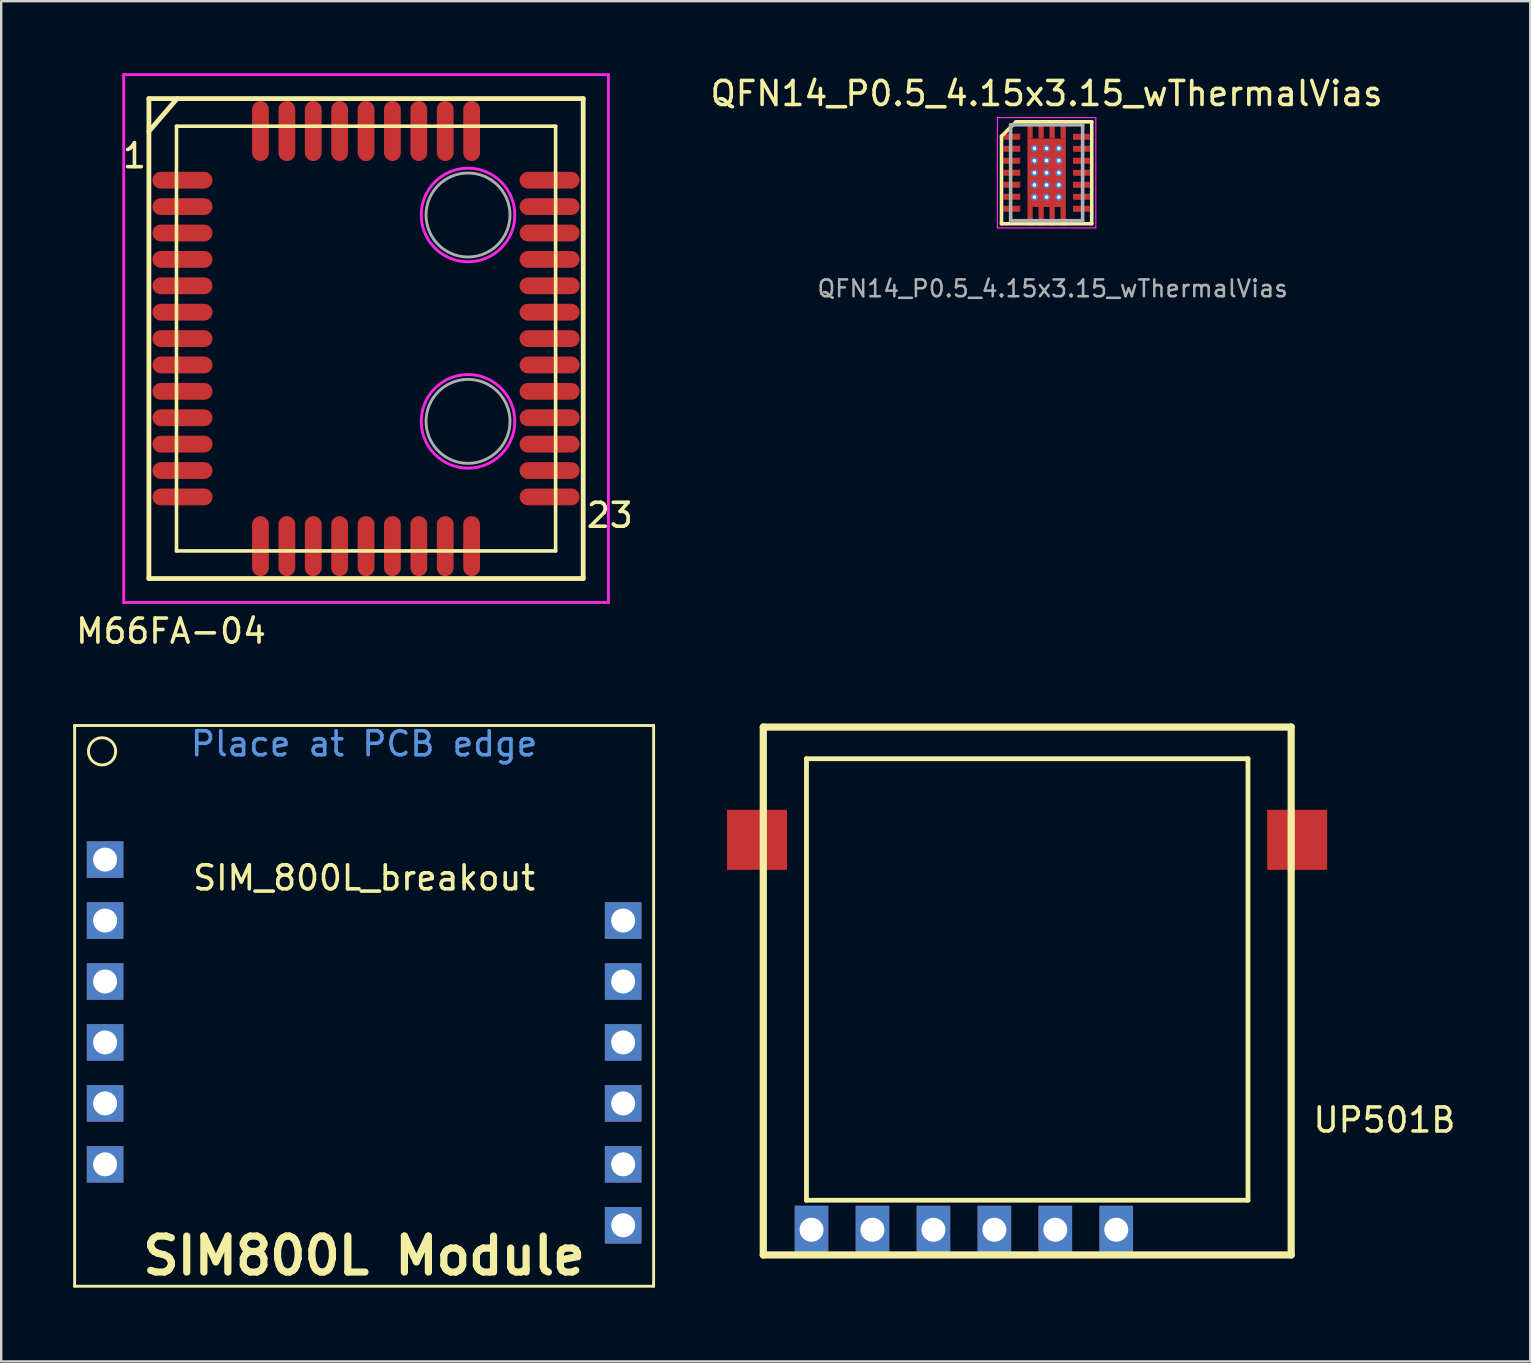
<source format=kicad_pcb>
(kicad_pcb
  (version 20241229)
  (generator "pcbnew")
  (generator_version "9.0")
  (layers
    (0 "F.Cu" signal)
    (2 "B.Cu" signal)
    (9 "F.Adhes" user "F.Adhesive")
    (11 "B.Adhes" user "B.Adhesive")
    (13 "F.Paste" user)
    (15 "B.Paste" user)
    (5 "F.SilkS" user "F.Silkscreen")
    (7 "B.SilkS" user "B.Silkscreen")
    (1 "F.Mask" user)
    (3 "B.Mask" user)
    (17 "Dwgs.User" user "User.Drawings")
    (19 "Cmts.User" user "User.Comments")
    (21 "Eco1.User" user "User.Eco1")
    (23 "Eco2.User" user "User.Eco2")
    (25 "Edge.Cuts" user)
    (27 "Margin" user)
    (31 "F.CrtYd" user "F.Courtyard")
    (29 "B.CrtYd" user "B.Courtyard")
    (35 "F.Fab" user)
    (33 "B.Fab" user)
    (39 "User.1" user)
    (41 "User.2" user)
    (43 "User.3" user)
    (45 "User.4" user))
  (footprint "M66FA-04"
    (layer "F.Cu")
    (at 12.205 11.06)
    (property "Reference" "M66FA-04" (at -8.128 12.192 0) (layer "F.SilkS") (effects (font (size 1 1) (thickness 0.15))))
    (attr through_hole)
    (fp_line (start -9.05 -10) (end 9.05 -10) (stroke (width 0.2) (type solid)) (layer "F.SilkS"))
    (fp_line (start -9.05 -8.636) (end -7.874 -10) (stroke (width 0.2) (type solid)) (layer "F.SilkS"))
    (fp_line (start -9.05 10) (end -9.05 -10) (stroke (width 0.2) (type solid)) (layer "F.SilkS"))
    (fp_line (start -9.05 10) (end 9.05 10) (stroke (width 0.2) (type solid)) (layer "F.SilkS"))
    (fp_line (start -7.9 -8.85) (end 7.9 -8.85) (stroke (width 0.15) (type solid)) (layer "F.SilkS"))
    (fp_line (start -7.9 8.85) (end -7.9 -8.85) (stroke (width 0.15) (type solid)) (layer "F.SilkS"))
    (fp_line (start 7.9 -8.85) (end 7.9 8.85) (stroke (width 0.15) (type solid)) (layer "F.SilkS"))
    (fp_line (start 7.9 8.85) (end -7.9 8.85) (stroke (width 0.15) (type solid)) (layer "F.SilkS"))
    (fp_line (start 9.05 -10) (end 9.05 10) (stroke (width 0.2) (type solid)) (layer "F.SilkS"))
    (fp_line (start -10.1 -11) (end 10.1 -11) (stroke (width 0.12) (type solid)) (layer "F.CrtYd"))
    (fp_line (start -10.1 11) (end -10.1 -11) (stroke (width 0.12) (type solid)) (layer "F.CrtYd"))
    (fp_line (start 10.1 -11) (end 10.1 11) (stroke (width 0.12) (type solid)) (layer "F.CrtYd"))
    (fp_line (start 10.1 11) (end -10.1 11) (stroke (width 0.12) (type solid)) (layer "F.CrtYd"))
    (fp_circle (center 4.25 -5.15) (end 6.2 -5.15) (stroke (width 0.12) (type solid)) (fill no) (layer "F.CrtYd"))
    (fp_circle (center 4.25 3.45) (end 6.2 3.45) (stroke (width 0.12) (type solid)) (fill no) (layer "F.CrtYd"))
    (fp_circle (center 4.25 -5.15) (end 6 -5.15) (stroke (width 0.12) (type solid)) (fill no) (layer "F.Fab"))
    (fp_circle (center 4.25 3.45) (end 6 3.45) (stroke (width 0.12) (type solid)) (fill no) (layer "F.Fab"))
    (fp_text user "1" (at -9.652 -7.62 0) (layer "F.SilkS") (effects (font (size 1 1) (thickness 0.15))))
    (fp_text user "23" (at 10.16 7.366 0) (layer "F.SilkS") (effects (font (size 1 1) (thickness 0.15))))
    (pad "1" smd oval (at -7.65 -6.6) (size 2.5 0.7) (layers "F.Cu" "F.Mask" "F.Paste"))
    (pad "2" smd oval (at -7.65 -5.5) (size 2.5 0.7) (layers "F.Cu" "F.Mask" "F.Paste"))
    (pad "3" smd oval (at -7.65 -4.4) (size 2.5 0.7) (layers "F.Cu" "F.Mask" "F.Paste"))
    (pad "4" smd oval (at -7.65 -3.3) (size 2.5 0.7) (layers "F.Cu" "F.Mask" "F.Paste"))
    (pad "5" smd oval (at -7.65 -2.2) (size 2.5 0.7) (layers "F.Cu" "F.Mask" "F.Paste"))
    (pad "6" smd oval (at -7.65 -1.1) (size 2.5 0.7) (layers "F.Cu" "F.Mask" "F.Paste"))
    (pad "7" smd oval (at -7.65 0) (size 2.5 0.7) (layers "F.Cu" "F.Mask" "F.Paste"))
    (pad "8" smd oval (at -7.65 1.1) (size 2.5 0.7) (layers "F.Cu" "F.Mask" "F.Paste"))
    (pad "9" smd oval (at -7.65 2.2) (size 2.5 0.7) (layers "F.Cu" "F.Mask" "F.Paste"))
    (pad "10" smd oval (at -7.65 3.3) (size 2.5 0.7) (layers "F.Cu" "F.Mask" "F.Paste"))
    (pad "11" smd oval (at -7.65 4.4) (size 2.5 0.7) (layers "F.Cu" "F.Mask" "F.Paste"))
    (pad "12" smd oval (at -7.65 5.5) (size 2.5 0.7) (layers "F.Cu" "F.Mask" "F.Paste"))
    (pad "13" smd oval (at -7.65 6.6) (size 2.5 0.7) (layers "F.Cu" "F.Mask" "F.Paste"))
    (pad "14" smd oval (at -4.4 8.65 90) (size 2.5 0.7) (layers "F.Cu" "F.Mask" "F.Paste"))
    (pad "15" smd oval (at -3.3 8.65 90) (size 2.5 0.7) (layers "F.Cu" "F.Mask" "F.Paste"))
    (pad "16" smd oval (at -2.2 8.65 90) (size 2.5 0.7) (layers "F.Cu" "F.Mask" "F.Paste"))
    (pad "17" smd oval (at -1.1 8.65 90) (size 2.5 0.7) (layers "F.Cu" "F.Mask" "F.Paste"))
    (pad "18" smd oval (at 0 8.65 90) (size 2.5 0.7) (layers "F.Cu" "F.Mask" "F.Paste"))
    (pad "19" smd oval (at 1.1 8.65 90) (size 2.5 0.7) (layers "F.Cu" "F.Mask" "F.Paste"))
    (pad "20" smd oval (at 2.2 8.65 90) (size 2.5 0.7) (layers "F.Cu" "F.Mask" "F.Paste"))
    (pad "21" smd oval (at 3.3 8.65 90) (size 2.5 0.7) (layers "F.Cu" "F.Mask" "F.Paste"))
    (pad "22" smd oval (at 4.4 8.65 90) (size 2.5 0.7) (layers "F.Cu" "F.Mask" "F.Paste"))
    (pad "23" smd oval (at 7.65 6.6 180) (size 2.5 0.7) (layers "F.Cu" "F.Mask" "F.Paste"))
    (pad "24" smd oval (at 7.65 5.5 180) (size 2.5 0.7) (layers "F.Cu" "F.Mask" "F.Paste"))
    (pad "25" smd oval (at 7.65 4.4 180) (size 2.5 0.7) (layers "F.Cu" "F.Mask" "F.Paste"))
    (pad "26" smd oval (at 7.65 3.3 180) (size 2.5 0.7) (layers "F.Cu" "F.Mask" "F.Paste"))
    (pad "27" smd oval (at 7.65 2.2 180) (size 2.5 0.7) (layers "F.Cu" "F.Mask" "F.Paste"))
    (pad "28" smd oval (at 7.65 1.1 180) (size 2.5 0.7) (layers "F.Cu" "F.Mask" "F.Paste"))
    (pad "29" smd oval (at 7.65 0 180) (size 2.5 0.7) (layers "F.Cu" "F.Mask" "F.Paste"))
    (pad "30" smd oval (at 7.65 -1.1 180) (size 2.5 0.7) (layers "F.Cu" "F.Mask" "F.Paste"))
    (pad "31" smd oval (at 7.65 -2.2 180) (size 2.5 0.7) (layers "F.Cu" "F.Mask" "F.Paste"))
    (pad "32" smd oval (at 7.65 -3.3 180) (size 2.5 0.7) (layers "F.Cu" "F.Mask" "F.Paste"))
    (pad "33" smd oval (at 7.65 -4.4 180) (size 2.5 0.7) (layers "F.Cu" "F.Mask" "F.Paste"))
    (pad "34" smd oval (at 7.65 -5.5 180) (size 2.5 0.7) (layers "F.Cu" "F.Mask" "F.Paste"))
    (pad "35" smd oval (at 7.65 -6.6 180) (size 2.5 0.7) (layers "F.Cu" "F.Mask" "F.Paste"))
    (pad "36" smd oval (at 4.4 -8.65 270) (size 2.5 0.7) (layers "F.Cu" "F.Mask" "F.Paste"))
    (pad "37" smd oval (at 3.3 -8.65 270) (size 2.5 0.7) (layers "F.Cu" "F.Mask" "F.Paste"))
    (pad "38" smd oval (at 2.2 -8.65 270) (size 2.5 0.7) (layers "F.Cu" "F.Mask" "F.Paste"))
    (pad "39" smd oval (at 1.1 -8.65 270) (size 2.5 0.7) (layers "F.Cu" "F.Mask" "F.Paste"))
    (pad "40" smd oval (at 0 -8.65 270) (size 2.5 0.7) (layers "F.Cu" "F.Mask" "F.Paste"))
    (pad "41" smd oval (at -1.1 -8.65 270) (size 2.5 0.7) (layers "F.Cu" "F.Mask" "F.Paste"))
    (pad "42" smd oval (at -2.2 -8.65 270) (size 2.5 0.7) (layers "F.Cu" "F.Mask" "F.Paste"))
    (pad "43" smd oval (at -3.3 -8.65 270) (size 2.5 0.7) (layers "F.Cu" "F.Mask" "F.Paste"))
    (pad "44" smd oval (at -4.4 -8.65 270) (size 2.5 0.7) (layers "F.Cu" "F.Mask" "F.Paste")))
  (footprint "QFN14_P0.5_4.15x3.15_wThermalVias"
    (layer "F.Cu")
    (at 40.568 4.15)
    (property "Reference" "QFN14_P0.5_4.15x3.15_wThermalVias" (at 0 -3.302 0) (layer "F.SilkS") (effects (font (size 1 1) (thickness 0.15))))
    (attr through_hole)
    (fp_line (start -1.88 -1.524) (end -1.88 2.125) (stroke (width 0.15) (type solid)) (layer "F.SilkS"))
    (fp_line (start -1.88 -1.524) (end -1.27 -2.125) (stroke (width 0.15) (type solid)) (layer "F.SilkS"))
    (fp_line (start -1.88 2.125) (end 1.88 2.125) (stroke (width 0.15) (type solid)) (layer "F.SilkS"))
    (fp_line (start -1.27 -2.125) (end 1.88 -2.125) (stroke (width 0.15) (type solid)) (layer "F.SilkS"))
    (fp_line (start 1.88 -2.125) (end 1.88 2.125) (stroke (width 0.15) (type solid)) (layer "F.SilkS"))
    (fp_line (start -2.05 -2.3) (end -2.05 2.3) (stroke (width 0.05) (type solid)) (layer "F.CrtYd"))
    (fp_line (start -2.05 -2.3) (end 2.05 -2.3) (stroke (width 0.05) (type solid)) (layer "F.CrtYd"))
    (fp_line (start -2.05 2.3) (end 2.05 2.3) (stroke (width 0.05) (type solid)) (layer "F.CrtYd"))
    (fp_line (start 2.05 -2.3) (end 2.05 2.3) (stroke (width 0.05) (type solid)) (layer "F.CrtYd"))
    (fp_line (start -1.5 -2) (end 1.5 -2) (stroke (width 0.15) (type solid)) (layer "F.Fab"))
    (fp_line (start -1.5 2) (end -1.5 -2) (stroke (width 0.15) (type solid)) (layer "F.Fab"))
    (fp_line (start 1.5 -2) (end 1.5 2) (stroke (width 0.15) (type solid)) (layer "F.Fab"))
    (fp_line (start 1.5 2) (end -1.5 2) (stroke (width 0.15) (type solid)) (layer "F.Fab"))
    (fp_text user "${REFERENCE}" (at 0.254 4.826 0) (layer "F.Fab") (effects (font (size 0.7 0.7) (thickness 0.105))))
    (pad "" smd rect (at -0.69 -1.812) (size 0.22 0.775) (layers "F.Cu" "F.Mask" "F.Paste"))
    (pad "" smd rect (at -0.69 1.812) (size 0.22 0.775) (layers "F.Cu" "F.Mask" "F.Paste"))
    (pad "" thru_hole circle (at -0.508 -1.016) (size 0.3 0.3) (drill 0.15) (layers "*.Cu" "*.Mask"))
    (pad "" thru_hole circle (at -0.508 -0.508) (size 0.3 0.3) (drill 0.15) (layers "*.Cu" "*.Mask"))
    (pad "" thru_hole circle (at -0.508 0) (size 0.3 0.3) (drill 0.15) (layers "*.Cu" "*.Mask"))
    (pad "" thru_hole circle (at -0.508 0.508) (size 0.3 0.3) (drill 0.15) (layers "*.Cu" "*.Mask"))
    (pad "" thru_hole circle (at -0.508 1.016) (size 0.3 0.3) (drill 0.15) (layers "*.Cu" "*.Mask"))
    (pad "" smd rect (at -0.23 -1.812) (size 0.22 0.775) (layers "F.Cu" "F.Mask" "F.Paste"))
    (pad "" smd rect (at -0.23 1.812) (size 0.22 0.775) (layers "F.Cu" "F.Mask" "F.Paste"))
    (pad "" thru_hole circle (at 0 -1.016) (size 0.3 0.3) (drill 0.15) (layers "*.Cu" "*.Mask"))
    (pad "" thru_hole circle (at 0 -0.508) (size 0.3 0.3) (drill 0.15) (layers "*.Cu" "*.Mask"))
    (pad "" thru_hole circle (at 0 0) (size 0.3 0.3) (drill 0.15) (layers "*.Cu" "*.Mask"))
    (pad "" thru_hole circle (at 0 0.508) (size 0.3 0.3) (drill 0.15) (layers "*.Cu" "*.Mask"))
    (pad "" thru_hole circle (at 0 1.016) (size 0.3 0.3) (drill 0.15) (layers "*.Cu" "*.Mask"))
    (pad "" smd rect (at 0.23 -1.812) (size 0.22 0.775) (layers "F.Cu" "F.Mask" "F.Paste"))
    (pad "" smd rect (at 0.23 1.812) (size 0.22 0.775) (layers "F.Cu" "F.Mask" "F.Paste"))
    (pad "" thru_hole circle (at 0.508 -1.016) (size 0.3 0.3) (drill 0.15) (layers "*.Cu" "*.Mask"))
    (pad "" thru_hole circle (at 0.508 -0.508) (size 0.3 0.3) (drill 0.15) (layers "*.Cu" "*.Mask"))
    (pad "" thru_hole circle (at 0.508 0) (size 0.3 0.3) (drill 0.15) (layers "*.Cu" "*.Mask"))
    (pad "" thru_hole circle (at 0.508 0.508) (size 0.3 0.3) (drill 0.15) (layers "*.Cu" "*.Mask"))
    (pad "" thru_hole circle (at 0.508 1.016) (size 0.3 0.3) (drill 0.15) (layers "*.Cu" "*.Mask"))
    (pad "" smd rect (at 0.69 -1.812) (size 0.22 0.775) (layers "F.Cu" "F.Mask" "F.Paste"))
    (pad "" smd rect (at 0.69 1.812) (size 0.22 0.775) (layers "F.Cu" "F.Mask" "F.Paste"))
    (pad "1" smd rect (at -1.45 -1.5) (size 0.7 0.25) (layers "F.Cu" "F.Mask" "F.Paste"))
    (pad "2" smd rect (at -1.45 -1) (size 0.7 0.25) (layers "F.Cu" "F.Mask" "F.Paste"))
    (pad "3" smd rect (at -1.45 -0.5) (size 0.7 0.25) (layers "F.Cu" "F.Mask" "F.Paste"))
    (pad "4" smd rect (at -1.45 0) (size 0.7 0.25) (layers "F.Cu" "F.Mask" "F.Paste"))
    (pad "5" smd rect (at -1.45 0.5) (size 0.7 0.25) (layers "F.Cu" "F.Mask" "F.Paste"))
    (pad "6" smd rect (at -1.45 1) (size 0.7 0.25) (layers "F.Cu" "F.Mask" "F.Paste"))
    (pad "7" smd rect (at -1.45 1.5) (size 0.7 0.25) (layers "F.Cu" "F.Mask" "F.Paste"))
    (pad "8" smd rect (at 1.45 1.5) (size 0.7 0.25) (layers "F.Cu" "F.Mask" "F.Paste"))
    (pad "9" smd rect (at 1.45 1) (size 0.7 0.25) (layers "F.Cu" "F.Mask" "F.Paste"))
    (pad "10" smd rect (at 1.45 0.5) (size 0.7 0.25) (layers "F.Cu" "F.Mask" "F.Paste"))
    (pad "11" smd rect (at 1.45 0) (size 0.7 0.25) (layers "F.Cu" "F.Mask" "F.Paste"))
    (pad "12" smd rect (at 1.45 -0.5) (size 0.7 0.25) (layers "F.Cu" "F.Mask" "F.Paste"))
    (pad "13" smd rect (at 1.45 -1) (size 0.7 0.25) (layers "F.Cu" "F.Mask" "F.Paste"))
    (pad "14" smd rect (at 1.45 -1.5) (size 0.7 0.25) (layers "F.Cu" "F.Mask" "F.Paste"))
    (pad "15" smd rect (at 0 0) (size 1.6 2.85) (layers "F.Cu" "F.Mask")))
  (footprint "UP501B"
    (layer "F.Cu")
    (at 30.77 48.2)
    (property "Reference" "UP501B" (at 23.876 -4.572 0) (layer "F.SilkS") (effects (font (size 1 1) (thickness 0.15))))
    (attr through_hole)
    (fp_line (start -2.01 -20.95) (end 19.99 -20.95) (stroke (width 0.3) (type solid)) (layer "F.SilkS"))
    (fp_line (start -2.01 1.05) (end -2.01 -20.95) (stroke (width 0.3) (type solid)) (layer "F.SilkS"))
    (fp_line (start -0.21 -19.63) (end 18.19 -19.63) (stroke (width 0.2) (type solid)) (layer "F.SilkS"))
    (fp_line (start -0.21 -1.23) (end -0.21 -19.63) (stroke (width 0.2) (type solid)) (layer "F.SilkS"))
    (fp_line (start 18.19 -19.63) (end 18.19 -1.23) (stroke (width 0.2) (type solid)) (layer "F.SilkS"))
    (fp_line (start 18.19 -1.23) (end -0.21 -1.23) (stroke (width 0.2) (type solid)) (layer "F.SilkS"))
    (fp_line (start 19.99 -20.95) (end 19.99 1.05) (stroke (width 0.3) (type solid)) (layer "F.SilkS"))
    (fp_line (start 19.99 1.05) (end -2.01 1.05) (stroke (width 0.3) (type solid)) (layer "F.SilkS"))
    (pad "1" thru_hole rect (at 0 0) (size 1.4 2) (drill 1) (layers "*.Cu" "*.Mask"))
    (pad "2" thru_hole rect (at 2.54 0) (size 1.4 2) (drill 1) (layers "*.Cu" "*.Mask"))
    (pad "3" thru_hole rect (at 5.08 0) (size 1.4 2) (drill 1) (layers "*.Cu" "*.Mask"))
    (pad "4" thru_hole rect (at 7.62 0) (size 1.4 2) (drill 1) (layers "*.Cu" "*.Mask"))
    (pad "5" thru_hole rect (at 10.16 0) (size 1.4 2) (drill 1) (layers "*.Cu" "*.Mask"))
    (pad "6" thru_hole rect (at 12.7 0) (size 1.4 2) (drill 1) (layers "*.Cu" "*.Mask"))
    (pad "7" smd rect (at -2.27 -16.25) (size 2.5 2.5) (layers "F.Cu" "F.Mask" "F.Paste"))
    (pad "8" smd rect (at 20.24 -16.25) (size 2.5 2.5) (layers "F.Cu" "F.Mask" "F.Paste")))
  (footprint "SIM_800L_breakout"
    (layer "F.Cu")
    (at 12.125 39.124)
    (property "Reference" "SIM_800L_breakout" (at 0 -5.588 0) (layer "F.SilkS") (effects (font (size 1 1) (thickness 0.15))))
    (attr through_hole)
    (fp_line (start -12.065 -11.938) (end 12.065 -11.938) (stroke (width 0.12) (type solid)) (layer "F.SilkS"))
    (fp_line (start -12.065 11.43) (end -12.065 -11.938) (stroke (width 0.12) (type solid)) (layer "F.SilkS"))
    (fp_line (start -12.065 11.43) (end 12.065 11.43) (stroke (width 0.12) (type solid)) (layer "F.SilkS"))
    (fp_line (start 12.065 -11.938) (end 12.065 11.43) (stroke (width 0.12) (type solid)) (layer "F.SilkS"))
    (fp_circle (center -10.922 -10.862) (end -10.354 -10.862) (stroke (width 0.12) (type solid)) (fill no) (layer "F.SilkS"))
    (fp_text user "SIM800L Module" (at 0 10.16 0) (layer "F.SilkS") (effects (font (size 1.5 1.5) (thickness 0.3))))
    (fp_text user "Place at PCB edge" (at 0 -11.176 0) (layer "Cmts.User") (effects (font (size 1 1) (thickness 0.15))))
    (pad "1" thru_hole rect (at -10.795 -6.35) (size 1.524 1.524) (drill 1) (layers "*.Cu" "*.Mask"))
    (pad "2" thru_hole rect (at -10.795 -3.81) (size 1.524 1.524) (drill 1) (layers "*.Cu" "*.Mask"))
    (pad "3" thru_hole rect (at -10.795 -1.27) (size 1.524 1.524) (drill 1) (layers "*.Cu" "*.Mask"))
    (pad "4" thru_hole rect (at -10.795 1.27) (size 1.524 1.524) (drill 1) (layers "*.Cu" "*.Mask"))
    (pad "5" thru_hole rect (at -10.795 3.81) (size 1.524 1.524) (drill 1) (layers "*.Cu" "*.Mask"))
    (pad "6" thru_hole rect (at -10.795 6.35) (size 1.524 1.524) (drill 1) (layers "*.Cu" "*.Mask"))
    (pad "7" thru_hole rect (at 10.795 -3.81) (size 1.524 1.524) (drill 1) (layers "*.Cu" "*.Mask"))
    (pad "8" thru_hole rect (at 10.795 -1.27) (size 1.524 1.524) (drill 1) (layers "*.Cu" "*.Mask"))
    (pad "9" thru_hole rect (at 10.795 1.27) (size 1.524 1.524) (drill 1) (layers "*.Cu" "*.Mask"))
    (pad "10" thru_hole rect (at 10.795 3.81) (size 1.524 1.524) (drill 1) (layers "*.Cu" "*.Mask"))
    (pad "11" thru_hole rect (at 10.795 6.35) (size 1.524 1.524) (drill 1) (layers "*.Cu" "*.Mask"))
    (pad "12" thru_hole rect (at 10.795 8.89) (size 1.524 1.524) (drill 1) (layers "*.Cu" "*.Mask")))
  (gr_rect
    (start -3 -3)
    (end 60.723 53.688)
    (stroke (width 0.1) (type default))
    (fill no)
    (layer "Edge.Cuts")))
</source>
